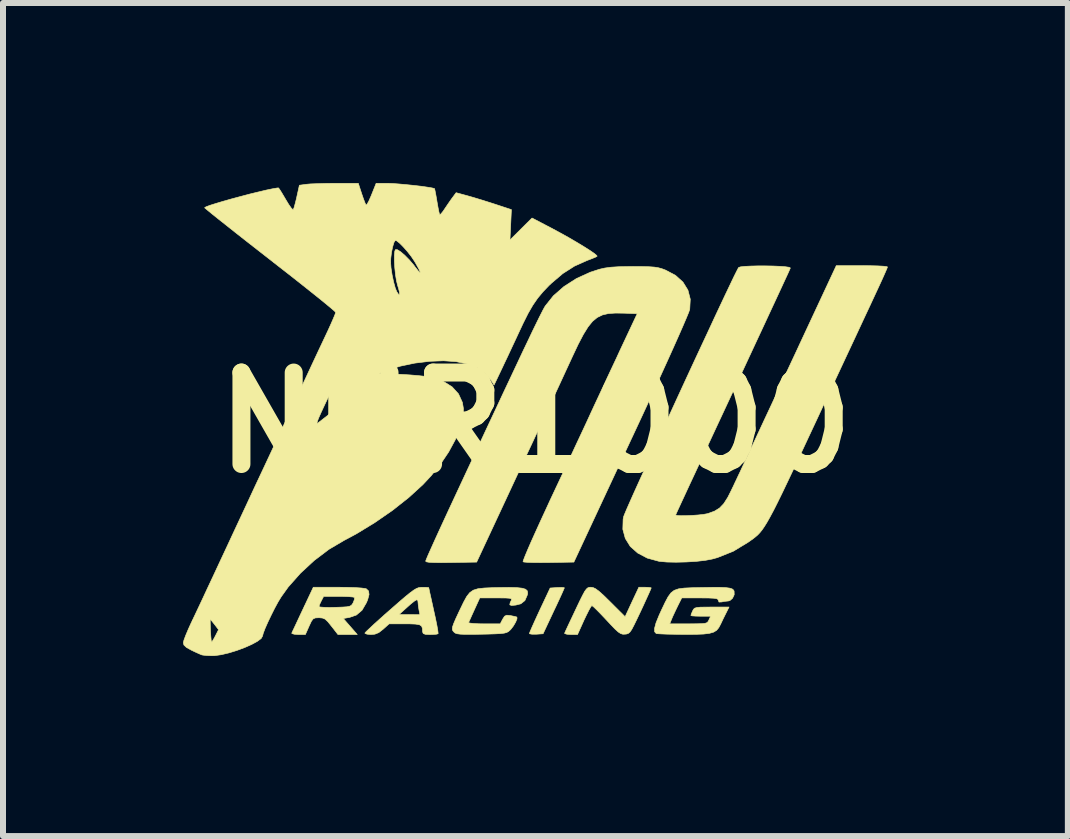
<source format=kicad_pcb>
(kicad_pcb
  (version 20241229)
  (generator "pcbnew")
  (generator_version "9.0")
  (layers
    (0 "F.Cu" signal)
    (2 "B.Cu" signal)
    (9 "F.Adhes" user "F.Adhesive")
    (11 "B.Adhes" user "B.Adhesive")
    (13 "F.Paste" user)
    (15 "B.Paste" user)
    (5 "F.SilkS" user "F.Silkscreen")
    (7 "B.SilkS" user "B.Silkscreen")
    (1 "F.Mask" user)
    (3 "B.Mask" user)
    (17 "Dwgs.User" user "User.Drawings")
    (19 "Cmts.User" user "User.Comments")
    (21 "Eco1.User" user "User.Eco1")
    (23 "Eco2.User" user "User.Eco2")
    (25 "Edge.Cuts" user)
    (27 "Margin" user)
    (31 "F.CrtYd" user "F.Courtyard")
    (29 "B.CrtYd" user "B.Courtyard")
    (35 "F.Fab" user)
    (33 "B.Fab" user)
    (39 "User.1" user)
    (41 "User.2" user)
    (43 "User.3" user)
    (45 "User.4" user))
  (footprint "NUR1000"
    (layer "F.Cu")
    (at 5.872 3.993)
    (property "Reference" "NUR1000" (at 0 0 0) (layer "F.SilkS") (effects (font (size 1.524 1.524) (thickness 0.3))))
    (attr through_hole)
    (fp_poly (pts (xy 0.476 2.749) (xy 0.483 2.753) (xy 0.472 2.779) (xy 0.444 2.843) (xy 0.401 2.937) (xy 0.347 3.053) (xy 0.305 3.141) (xy 0.128 3.518) (xy 0.013 3.526) (xy -0.055 3.526) (xy -0.095 3.519) (xy -0.1 3.513) (xy -0.089 3.484) (xy -0.061 3.418) (xy -0.018 3.322) (xy 0.036 3.204) (xy 0.073 3.124) (xy 0.246 2.756) (xy 0.364 2.748) (xy 0.434 2.746) (xy 0.476 2.749)) (stroke (width 0.01) (type solid)) (fill yes) (layer "F.SilkS"))
    (fp_poly (pts (xy 1.891 2.746) (xy 1.928 2.752) (xy 1.93 2.755) (xy 1.92 2.78) (xy 1.892 2.844) (xy 1.849 2.938) (xy 1.796 3.054) (xy 1.755 3.142) (xy 1.689 3.281) (xy 1.64 3.381) (xy 1.604 3.449) (xy 1.575 3.49) (xy 1.549 3.512) (xy 1.521 3.522) (xy 1.494 3.525) (xy 1.457 3.526) (xy 1.421 3.515) (xy 1.38 3.488) (xy 1.326 3.439) (xy 1.252 3.362) (xy 1.185 3.29) (xy 1.1 3.2) (xy 1.027 3.125) (xy 0.972 3.072) (xy 0.943 3.049) (xy 0.941 3.048) (xy 0.923 3.07) (xy 0.89 3.128) (xy 0.847 3.214) (xy 0.811 3.289) (xy 0.702 3.531) (xy 0.59 3.531) (xy 0.525 3.526) (xy 0.489 3.515) (xy 0.487 3.509) (xy 0.5 3.479) (xy 0.531 3.412) (xy 0.576 3.316) (xy 0.632 3.198) (xy 0.671 3.115) (xy 0.737 2.976) (xy 0.786 2.878) (xy 0.822 2.811) (xy 0.851 2.772) (xy 0.876 2.751) (xy 0.902 2.744) (xy 0.925 2.743) (xy 0.963 2.749) (xy 1.006 2.77) (xy 1.062 2.812) (xy 1.137 2.879) (xy 1.239 2.979) (xy 1.248 2.988) (xy 1.495 3.234) (xy 1.609 2.988) (xy 1.724 2.743) (xy 1.827 2.743) (xy 1.891 2.746)) (stroke (width 0.01) (type solid)) (fill yes) (layer "F.SilkS"))
    (fp_poly (pts (xy -1.82 2.745) (xy -1.782 2.748) (xy -1.778 2.75) (xy -1.772 2.775) (xy -1.758 2.842) (xy -1.736 2.94) (xy -1.709 3.062) (xy -1.694 3.131) (xy -1.665 3.262) (xy -1.642 3.375) (xy -1.627 3.46) (xy -1.621 3.51) (xy -1.622 3.518) (xy -1.652 3.526) (xy -1.716 3.53) (xy -1.757 3.531) (xy -1.832 3.528) (xy -1.868 3.515) (xy -1.879 3.489) (xy -1.88 3.482) (xy -1.883 3.427) (xy -1.897 3.39) (xy -1.932 3.368) (xy -1.996 3.357) (xy -2.097 3.353) (xy -2.174 3.353) (xy -2.438 3.353) (xy -2.537 3.442) (xy -2.61 3.499) (xy -2.675 3.525) (xy -2.742 3.531) (xy -2.806 3.525) (xy -2.839 3.512) (xy -2.841 3.506) (xy -2.82 3.482) (xy -2.766 3.431) (xy -2.686 3.356) (xy -2.584 3.264) (xy -2.51 3.198) (xy -2.273 3.198) (xy -1.924 3.2) (xy -1.94 3.121) (xy -1.951 3.049) (xy -1.956 2.994) (xy -1.96 2.96) (xy -1.978 2.952) (xy -2.014 2.972) (xy -2.077 3.022) (xy -2.134 3.073) (xy -2.273 3.198) (xy -2.51 3.198) (xy -2.466 3.159) (xy -2.413 3.113) (xy -2.275 2.992) (xy -2.169 2.901) (xy -2.089 2.836) (xy -2.029 2.792) (xy -1.984 2.765) (xy -1.946 2.75) (xy -1.91 2.745) (xy -1.886 2.744) (xy -1.82 2.745)) (stroke (width 0.01) (type solid)) (fill yes) (layer "F.SilkS"))
    (fp_poly (pts (xy -3.132 2.745) (xy -3 2.749) (xy -2.898 2.756) (xy -2.833 2.765) (xy -2.818 2.769) (xy -2.78 2.806) (xy -2.772 2.864) (xy -2.795 2.95) (xy -2.816 3.001) (xy -2.889 3.126) (xy -2.983 3.206) (xy -3.095 3.245) (xy -3.201 3.264) (xy -3.085 3.397) (xy -2.968 3.531) (xy -3.29 3.531) (xy -3.399 3.391) (xy -3.46 3.316) (xy -3.505 3.274) (xy -3.549 3.256) (xy -3.604 3.251) (xy -3.609 3.251) (xy -3.666 3.254) (xy -3.702 3.269) (xy -3.732 3.308) (xy -3.767 3.382) (xy -3.771 3.391) (xy -3.833 3.531) (xy -3.95 3.531) (xy -4.018 3.526) (xy -4.056 3.515) (xy -4.06 3.508) (xy -4.047 3.478) (xy -4.015 3.411) (xy -3.97 3.315) (xy -3.915 3.197) (xy -3.876 3.114) (xy -3.853 3.066) (xy -3.607 3.066) (xy -3.583 3.073) (xy -3.519 3.078) (xy -3.426 3.08) (xy -3.34 3.078) (xy -3.221 3.074) (xy -3.142 3.069) (xy -3.094 3.059) (xy -3.065 3.043) (xy -3.046 3.017) (xy -3.036 2.999) (xy -3.015 2.945) (xy -3.015 2.912) (xy -3.015 2.912) (xy -3.046 2.905) (xy -3.116 2.899) (xy -3.212 2.896) (xy -3.28 2.896) (xy -3.529 2.896) (xy -3.568 2.971) (xy -3.595 3.028) (xy -3.607 3.065) (xy -3.607 3.066) (xy -3.853 3.066) (xy -3.701 2.743) (xy -3.284 2.743) (xy -3.132 2.745)) (stroke (width 0.01) (type solid)) (fill yes) (layer "F.SilkS"))
    (fp_poly (pts (xy -0.31 2.749) (xy -0.22 2.759) (xy -0.164 2.776) (xy -0.135 2.803) (xy -0.129 2.841) (xy -0.135 2.873) (xy -0.175 2.965) (xy -0.243 3.019) (xy -0.325 3.04) (xy -0.397 3.047) (xy -0.427 3.036) (xy -0.421 3.002) (xy -0.406 2.97) (xy -0.397 2.949) (xy -0.403 2.934) (xy -0.432 2.926) (xy -0.492 2.922) (xy -0.591 2.921) (xy -0.653 2.921) (xy -0.927 2.921) (xy -1.016 3.116) (xy -1.058 3.208) (xy -1.091 3.282) (xy -1.111 3.326) (xy -1.113 3.332) (xy -1.093 3.34) (xy -1.033 3.347) (xy -0.941 3.352) (xy -0.854 3.353) (xy -0.586 3.353) (xy -0.546 3.276) (xy -0.514 3.226) (xy -0.478 3.209) (xy -0.415 3.215) (xy -0.412 3.216) (xy -0.348 3.229) (xy -0.311 3.239) (xy -0.308 3.241) (xy -0.307 3.271) (xy -0.33 3.326) (xy -0.367 3.389) (xy -0.41 3.445) (xy -0.423 3.458) (xy -0.449 3.481) (xy -0.479 3.497) (xy -0.52 3.508) (xy -0.582 3.515) (xy -0.672 3.52) (xy -0.8 3.524) (xy -0.9 3.526) (xy -1.057 3.528) (xy -1.172 3.528) (xy -1.251 3.525) (xy -1.303 3.518) (xy -1.336 3.507) (xy -1.356 3.491) (xy -1.376 3.468) (xy -1.385 3.442) (xy -1.381 3.405) (xy -1.362 3.349) (xy -1.326 3.265) (xy -1.27 3.145) (xy -1.256 3.116) (xy -1.196 2.991) (xy -1.145 2.898) (xy -1.095 2.834) (xy -1.035 2.792) (xy -0.958 2.768) (xy -0.853 2.756) (xy -0.712 2.75) (xy -0.614 2.748) (xy -0.44 2.746) (xy -0.31 2.749)) (stroke (width 0.01) (type solid)) (fill yes) (layer "F.SilkS"))
    (fp_poly (pts (xy 3.075 2.745) (xy 3.172 2.749) (xy 3.238 2.758) (xy 3.279 2.771) (xy 3.302 2.79) (xy 3.311 2.807) (xy 3.313 2.867) (xy 3.285 2.927) (xy 3.24 2.966) (xy 3.215 2.972) (xy 3.146 2.979) (xy 3.105 2.988) (xy 3.06 2.99) (xy 3.048 2.962) (xy 3.042 2.945) (xy 3.019 2.933) (xy 2.97 2.926) (xy 2.887 2.922) (xy 2.763 2.921) (xy 2.744 2.921) (xy 2.439 2.921) (xy 2.378 3.042) (xy 2.334 3.133) (xy 2.291 3.225) (xy 2.277 3.258) (xy 2.238 3.353) (xy 2.55 3.353) (xy 2.68 3.352) (xy 2.769 3.35) (xy 2.825 3.345) (xy 2.858 3.334) (xy 2.877 3.316) (xy 2.891 3.289) (xy 2.92 3.226) (xy 2.755 3.226) (xy 2.671 3.224) (xy 2.612 3.22) (xy 2.591 3.214) (xy 2.6 3.185) (xy 2.62 3.138) (xy 2.635 3.11) (xy 2.654 3.092) (xy 2.689 3.081) (xy 2.748 3.075) (xy 2.84 3.074) (xy 2.938 3.073) (xy 3.227 3.073) (xy 3.179 3.169) (xy 3.134 3.259) (xy 3.09 3.352) (xy 3.086 3.36) (xy 3.055 3.418) (xy 3.019 3.461) (xy 2.97 3.491) (xy 2.901 3.511) (xy 2.804 3.523) (xy 2.672 3.528) (xy 2.497 3.529) (xy 2.471 3.529) (xy 2.328 3.527) (xy 2.201 3.525) (xy 2.1 3.521) (xy 2.034 3.517) (xy 2.013 3.514) (xy 1.987 3.485) (xy 1.986 3.427) (xy 2.01 3.337) (xy 2.062 3.209) (xy 2.104 3.117) (xy 2.163 2.993) (xy 2.212 2.901) (xy 2.259 2.837) (xy 2.313 2.795) (xy 2.384 2.77) (xy 2.48 2.757) (xy 2.61 2.751) (xy 2.762 2.748) (xy 2.941 2.745) (xy 3.075 2.745)) (stroke (width 0.01) (type solid)) (fill yes) (layer "F.SilkS"))
    (fp_poly (pts (xy 1.781 -2.601) (xy 1.896 -2.598) (xy 1.982 -2.592) (xy 2.05 -2.581) (xy 2.111 -2.564) (xy 2.169 -2.542) (xy 2.334 -2.455) (xy 2.459 -2.342) (xy 2.542 -2.208) (xy 2.581 -2.057) (xy 2.572 -1.893) (xy 2.571 -1.886) (xy 2.555 -1.839) (xy 2.518 -1.749) (xy 2.462 -1.618) (xy 2.388 -1.449) (xy 2.297 -1.245) (xy 2.19 -1.008) (xy 2.068 -0.74) (xy 1.932 -0.445) (xy 1.784 -0.125) (xy 1.624 0.218) (xy 1.591 0.288) (xy 0.641 2.324) (xy 0.227 2.331) (xy 0.087 2.332) (xy -0.035 2.331) (xy -0.131 2.328) (xy -0.19 2.323) (xy -0.206 2.318) (xy -0.199 2.292) (xy -0.173 2.224) (xy -0.13 2.121) (xy -0.071 1.985) (xy 0.002 1.823) (xy 0.086 1.638) (xy 0.179 1.437) (xy 0.244 1.295) (xy 0.352 1.065) (xy 0.462 0.831) (xy 0.569 0.602) (xy 0.669 0.386) (xy 0.761 0.19) (xy 0.839 0.023) (xy 0.9 -0.109) (xy 0.914 -0.14) (xy 0.983 -0.289) (xy 1.068 -0.471) (xy 1.162 -0.673) (xy 1.26 -0.883) (xy 1.356 -1.087) (xy 1.405 -1.194) (xy 1.697 -1.816) (xy 1.477 -1.824) (xy 1.335 -1.826) (xy 1.217 -1.818) (xy 1.118 -1.795) (xy 1.031 -1.753) (xy 0.952 -1.688) (xy 0.877 -1.595) (xy 0.799 -1.469) (xy 0.714 -1.307) (xy 0.617 -1.102) (xy 0.589 -1.041) (xy 0.508 -0.866) (xy 0.426 -0.688) (xy 0.347 -0.517) (xy 0.277 -0.366) (xy 0.221 -0.246) (xy 0.207 -0.216) (xy 0.169 -0.136) (xy 0.113 -0.015) (xy 0.04 0.139) (xy -0.045 0.322) (xy -0.141 0.526) (xy -0.244 0.747) (xy -0.352 0.979) (xy -0.452 1.194) (xy -0.979 2.324) (xy -1.404 2.331) (xy -1.572 2.333) (xy -1.693 2.331) (xy -1.774 2.327) (xy -1.817 2.319) (xy -1.829 2.308) (xy -1.818 2.279) (xy -1.789 2.209) (xy -1.742 2.104) (xy -1.681 1.968) (xy -1.608 1.808) (xy -1.525 1.628) (xy -1.435 1.433) (xy -1.425 1.412) (xy -1.208 0.946) (xy -1.011 0.524) (xy -0.834 0.144) (xy -0.674 -0.197) (xy -0.533 -0.499) (xy -0.407 -0.766) (xy -0.297 -1) (xy -0.202 -1.202) (xy -0.119 -1.375) (xy -0.05 -1.521) (xy 0.009 -1.642) (xy 0.057 -1.74) (xy 0.096 -1.817) (xy 0.126 -1.876) (xy 0.149 -1.918) (xy 0.163 -1.942) (xy 0.299 -2.113) (xy 0.476 -2.268) (xy 0.685 -2.402) (xy 0.916 -2.507) (xy 1.067 -2.556) (xy 1.155 -2.576) (xy 1.257 -2.59) (xy 1.384 -2.598) (xy 1.546 -2.601) (xy 1.626 -2.602) (xy 1.781 -2.601)) (stroke (width 0.01) (type solid)) (fill yes) (layer "F.SilkS"))
    (fp_poly (pts (xy 5.582 -2.615) (xy 5.703 -2.612) (xy 5.796 -2.607) (xy 5.853 -2.6) (xy 5.867 -2.595) (xy 5.857 -2.566) (xy 5.828 -2.499) (xy 5.784 -2.4) (xy 5.727 -2.276) (xy 5.661 -2.134) (xy 5.636 -2.08) (xy 5.577 -1.953) (xy 5.499 -1.787) (xy 5.407 -1.589) (xy 5.304 -1.368) (xy 5.193 -1.131) (xy 5.078 -0.885) (xy 4.962 -0.637) (xy 4.884 -0.47) (xy 4.711 -0.098) (xy 4.557 0.231) (xy 4.422 0.52) (xy 4.304 0.771) (xy 4.201 0.988) (xy 4.112 1.174) (xy 4.035 1.331) (xy 3.969 1.462) (xy 3.911 1.57) (xy 3.861 1.659) (xy 3.817 1.73) (xy 3.778 1.787) (xy 3.741 1.833) (xy 3.705 1.871) (xy 3.668 1.903) (xy 3.63 1.933) (xy 3.588 1.963) (xy 3.547 1.992) (xy 3.298 2.143) (xy 3.033 2.249) (xy 2.946 2.273) (xy 2.83 2.295) (xy 2.681 2.312) (xy 2.513 2.322) (xy 2.345 2.326) (xy 2.192 2.323) (xy 2.07 2.312) (xy 2.057 2.31) (xy 1.864 2.257) (xy 1.705 2.173) (xy 1.581 2.063) (xy 1.498 1.929) (xy 1.457 1.777) (xy 1.462 1.609) (xy 1.47 1.568) (xy 1.484 1.531) (xy 1.517 1.452) (xy 1.568 1.336) (xy 1.635 1.185) (xy 1.716 1.006) (xy 1.809 0.801) (xy 1.912 0.574) (xy 2.023 0.331) (xy 2.141 0.074) (xy 2.263 -0.191) (xy 2.387 -0.461) (xy 2.512 -0.732) (xy 2.636 -1) (xy 2.757 -1.26) (xy 2.873 -1.508) (xy 2.981 -1.741) (xy 3.081 -1.954) (xy 3.17 -2.143) (xy 3.247 -2.304) (xy 3.308 -2.432) (xy 3.354 -2.524) (xy 3.381 -2.576) (xy 3.386 -2.585) (xy 3.418 -2.596) (xy 3.488 -2.604) (xy 3.587 -2.609) (xy 3.705 -2.612) (xy 3.831 -2.612) (xy 3.957 -2.61) (xy 4.071 -2.605) (xy 4.165 -2.598) (xy 4.227 -2.589) (xy 4.249 -2.578) (xy 4.249 -2.578) (xy 4.238 -2.552) (xy 4.207 -2.483) (xy 4.157 -2.375) (xy 4.09 -2.23) (xy 4.008 -2.053) (xy 3.912 -1.847) (xy 3.804 -1.614) (xy 3.685 -1.359) (xy 3.557 -1.084) (xy 3.422 -0.793) (xy 3.29 -0.512) (xy 3.149 -0.21) (xy 3.014 0.079) (xy 2.887 0.352) (xy 2.77 0.604) (xy 2.663 0.834) (xy 2.568 1.037) (xy 2.488 1.21) (xy 2.423 1.35) (xy 2.375 1.454) (xy 2.346 1.518) (xy 2.337 1.539) (xy 2.36 1.547) (xy 2.421 1.551) (xy 2.508 1.55) (xy 2.609 1.546) (xy 2.711 1.539) (xy 2.801 1.529) (xy 2.868 1.517) (xy 2.877 1.514) (xy 2.985 1.475) (xy 3.069 1.423) (xy 3.139 1.35) (xy 3.206 1.245) (xy 3.262 1.134) (xy 3.283 1.09) (xy 3.304 1.047) (xy 3.325 1.001) (xy 3.35 0.949) (xy 3.378 0.889) (xy 3.412 0.818) (xy 3.452 0.731) (xy 3.501 0.627) (xy 3.559 0.502) (xy 3.629 0.353) (xy 3.711 0.177) (xy 3.807 -0.029) (xy 3.919 -0.268) (xy 4.047 -0.543) (xy 4.194 -0.858) (xy 4.361 -1.215) (xy 4.395 -1.289) (xy 5.014 -2.616) (xy 5.441 -2.616) (xy 5.582 -2.615)) (stroke (width 0.01) (type solid)) (fill yes) (layer "F.SilkS"))
    (fp_poly (pts (xy -2.895 -3.816) (xy -2.865 -3.729) (xy -2.839 -3.661) (xy -2.822 -3.627) (xy -2.822 -3.626) (xy -2.806 -3.639) (xy -2.777 -3.69) (xy -2.742 -3.769) (xy -2.73 -3.798) (xy -2.654 -3.988) (xy -2.458 -3.988) (xy -2.378 -3.985) (xy -2.272 -3.977) (xy -2.15 -3.966) (xy -2.023 -3.953) (xy -1.902 -3.939) (xy -1.798 -3.924) (xy -1.721 -3.911) (xy -1.683 -3.901) (xy -1.681 -3.9) (xy -1.674 -3.873) (xy -1.661 -3.807) (xy -1.645 -3.717) (xy -1.64 -3.685) (xy -1.623 -3.588) (xy -1.608 -3.512) (xy -1.597 -3.47) (xy -1.595 -3.466) (xy -1.575 -3.478) (xy -1.539 -3.522) (xy -1.512 -3.562) (xy -1.456 -3.645) (xy -1.399 -3.727) (xy -1.381 -3.751) (xy -1.321 -3.832) (xy -1.137 -3.782) (xy -1.032 -3.752) (xy -0.9 -3.712) (xy -0.76 -3.668) (xy -0.676 -3.641) (xy -0.4 -3.55) (xy -0.412 -3.297) (xy -0.424 -3.044) (xy -0.056 -3.41) (xy 0.258 -3.246) (xy 0.405 -3.167) (xy 0.551 -3.086) (xy 0.688 -3.006) (xy 0.81 -2.932) (xy 0.911 -2.868) (xy 0.985 -2.817) (xy 1.024 -2.783) (xy 1.028 -2.772) (xy 0.998 -2.756) (xy 0.934 -2.73) (xy 0.863 -2.703) (xy 0.652 -2.609) (xy 0.456 -2.484) (xy 0.262 -2.319) (xy 0.227 -2.286) (xy 0.125 -2.179) (xy 0.037 -2.073) (xy -0.043 -1.957) (xy -0.122 -1.82) (xy -0.206 -1.652) (xy -0.26 -1.537) (xy -0.318 -1.412) (xy -0.389 -1.261) (xy -0.463 -1.102) (xy -0.533 -0.955) (xy -0.533 -0.954) (xy -0.689 -0.626) (xy -0.735 -0.7) (xy -0.834 -0.821) (xy -0.968 -0.913) (xy -1.139 -0.979) (xy -1.324 -1.017) (xy -1.531 -1.031) (xy -1.765 -1.022) (xy -2.01 -0.992) (xy -2.248 -0.942) (xy -2.462 -0.874) (xy -2.474 -0.87) (xy -2.598 -0.821) (xy -2.232 -0.804) (xy -2.087 -0.795) (xy -1.946 -0.783) (xy -1.825 -0.77) (xy -1.736 -0.756) (xy -1.723 -0.753) (xy -1.538 -0.69) (xy -1.39 -0.598) (xy -1.282 -0.48) (xy -1.217 -0.338) (xy -1.199 -0.232) (xy -1.209 -0.08) (xy -1.256 0.096) (xy -1.336 0.287) (xy -1.445 0.488) (xy -1.58 0.689) (xy -1.737 0.885) (xy -1.875 1.033) (xy -2.111 1.248) (xy -2.382 1.462) (xy -2.677 1.666) (xy -2.982 1.852) (xy -3.191 1.964) (xy -3.44 2.111) (xy -3.686 2.297) (xy -3.916 2.51) (xy -4.119 2.739) (xy -4.235 2.901) (xy -4.287 2.986) (xy -4.345 3.093) (xy -4.403 3.209) (xy -4.458 3.324) (xy -4.504 3.428) (xy -4.535 3.509) (xy -4.547 3.556) (xy -4.547 3.556) (xy -4.57 3.597) (xy -4.634 3.645) (xy -4.728 3.696) (xy -4.845 3.748) (xy -4.974 3.796) (xy -5.107 3.837) (xy -5.234 3.867) (xy -5.346 3.883) (xy -5.391 3.884) (xy -5.474 3.881) (xy -5.541 3.874) (xy -5.563 3.869) (xy -5.605 3.851) (xy -5.676 3.819) (xy -5.734 3.791) (xy -5.815 3.746) (xy -5.857 3.706) (xy -5.867 3.669) (xy -5.857 3.625) (xy -5.828 3.547) (xy -5.785 3.445) (xy -5.733 3.33) (xy -5.73 3.324) (xy -5.718 3.3) (xy -5.419 3.3) (xy -5.418 3.361) (xy -5.415 3.449) (xy -5.415 3.467) (xy -5.409 3.558) (xy -5.403 3.625) (xy -5.397 3.657) (xy -5.396 3.658) (xy -5.38 3.637) (xy -5.349 3.585) (xy -5.333 3.554) (xy -5.28 3.45) (xy -5.346 3.364) (xy -5.388 3.311) (xy -5.414 3.28) (xy -5.418 3.277) (xy -5.419 3.3) (xy -5.718 3.3) (xy -5.688 3.236) (xy -5.628 3.109) (xy -5.553 2.95) (xy -5.467 2.765) (xy -5.372 2.563) (xy -5.272 2.348) (xy -5.17 2.13) (xy -5.148 2.083) (xy -5.05 1.872) (xy -4.936 1.628) (xy -4.81 1.358) (xy -4.675 1.067) (xy -4.532 0.763) (xy -4.386 0.451) (xy -4.24 0.137) (xy -4.179 0.008) (xy -3.64 0.008) (xy -3.632 0.011) (xy -3.626 0.007) (xy -3.593 -0.018) (xy -3.53 -0.067) (xy -3.449 -0.13) (xy -3.404 -0.165) (xy -3.319 -0.231) (xy -3.25 -0.285) (xy -3.205 -0.32) (xy -3.195 -0.328) (xy -3.194 -0.357) (xy -3.205 -0.423) (xy -3.228 -0.513) (xy -3.237 -0.546) (xy -3.297 -0.749) (xy -3.437 -0.454) (xy -3.516 -0.288) (xy -3.574 -0.163) (xy -3.613 -0.075) (xy -3.634 -0.019) (xy -3.64 0.008) (xy -4.179 0.008) (xy -4.095 -0.172) (xy -3.956 -0.47) (xy -3.824 -0.751) (xy -3.704 -1.009) (xy -3.597 -1.237) (xy -3.506 -1.43) (xy -3.457 -1.534) (xy -3.407 -1.644) (xy -3.366 -1.738) (xy -3.338 -1.806) (xy -3.329 -1.839) (xy -3.348 -1.859) (xy -3.405 -1.908) (xy -3.494 -1.982) (xy -3.612 -2.078) (xy -3.756 -2.193) (xy -3.922 -2.325) (xy -4.106 -2.47) (xy -4.305 -2.625) (xy -4.368 -2.675) (xy -2.413 -2.675) (xy -2.406 -2.579) (xy -2.388 -2.462) (xy -2.363 -2.344) (xy -2.335 -2.243) (xy -2.31 -2.182) (xy -2.28 -2.137) (xy -2.265 -2.135) (xy -2.264 -2.171) (xy -2.281 -2.239) (xy -2.294 -2.28) (xy -2.314 -2.36) (xy -2.331 -2.464) (xy -2.343 -2.578) (xy -2.35 -2.69) (xy -2.35 -2.787) (xy -2.343 -2.857) (xy -2.332 -2.883) (xy -2.301 -2.882) (xy -2.246 -2.848) (xy -2.176 -2.788) (xy -2.1 -2.711) (xy -2.025 -2.623) (xy -2.011 -2.603) (xy -1.954 -2.531) (xy -1.924 -2.501) (xy -1.919 -2.511) (xy -1.942 -2.56) (xy -1.99 -2.647) (xy -2.014 -2.688) (xy -2.068 -2.769) (xy -2.134 -2.853) (xy -2.202 -2.93) (xy -2.264 -2.992) (xy -2.312 -3.03) (xy -2.336 -3.036) (xy -2.358 -3) (xy -2.379 -2.929) (xy -2.398 -2.838) (xy -2.41 -2.741) (xy -2.413 -2.675) (xy -4.368 -2.675) (xy -4.421 -2.716) (xy -4.626 -2.876) (xy -4.818 -3.026) (xy -4.995 -3.165) (xy -5.151 -3.289) (xy -5.284 -3.394) (xy -5.39 -3.479) (xy -5.465 -3.541) (xy -5.506 -3.575) (xy -5.512 -3.582) (xy -5.488 -3.597) (xy -5.424 -3.621) (xy -5.326 -3.652) (xy -5.202 -3.689) (xy -5.061 -3.729) (xy -4.912 -3.769) (xy -4.761 -3.809) (xy -4.617 -3.844) (xy -4.487 -3.875) (xy -4.381 -3.897) (xy -4.306 -3.91) (xy -4.282 -3.912) (xy -4.265 -3.891) (xy -4.23 -3.836) (xy -4.183 -3.757) (xy -4.162 -3.721) (xy -4.112 -3.638) (xy -4.07 -3.578) (xy -4.042 -3.55) (xy -4.036 -3.55) (xy -4.022 -3.582) (xy -4.003 -3.651) (xy -3.98 -3.742) (xy -3.976 -3.762) (xy -3.933 -3.956) (xy -3.817 -3.972) (xy -3.75 -3.978) (xy -3.644 -3.982) (xy -3.513 -3.986) (xy -3.371 -3.988) (xy -3.326 -3.988) (xy -2.951 -3.988) (xy -2.895 -3.816)) (stroke (width 0.01) (type solid)) (fill yes) (layer "F.SilkS")))
  (gr_rect
    (start -3 -3)
    (end 14.745 10.882)
    (stroke (width 0.1) (type default))
    (fill no)
    (layer "Edge.Cuts")))
</source>
